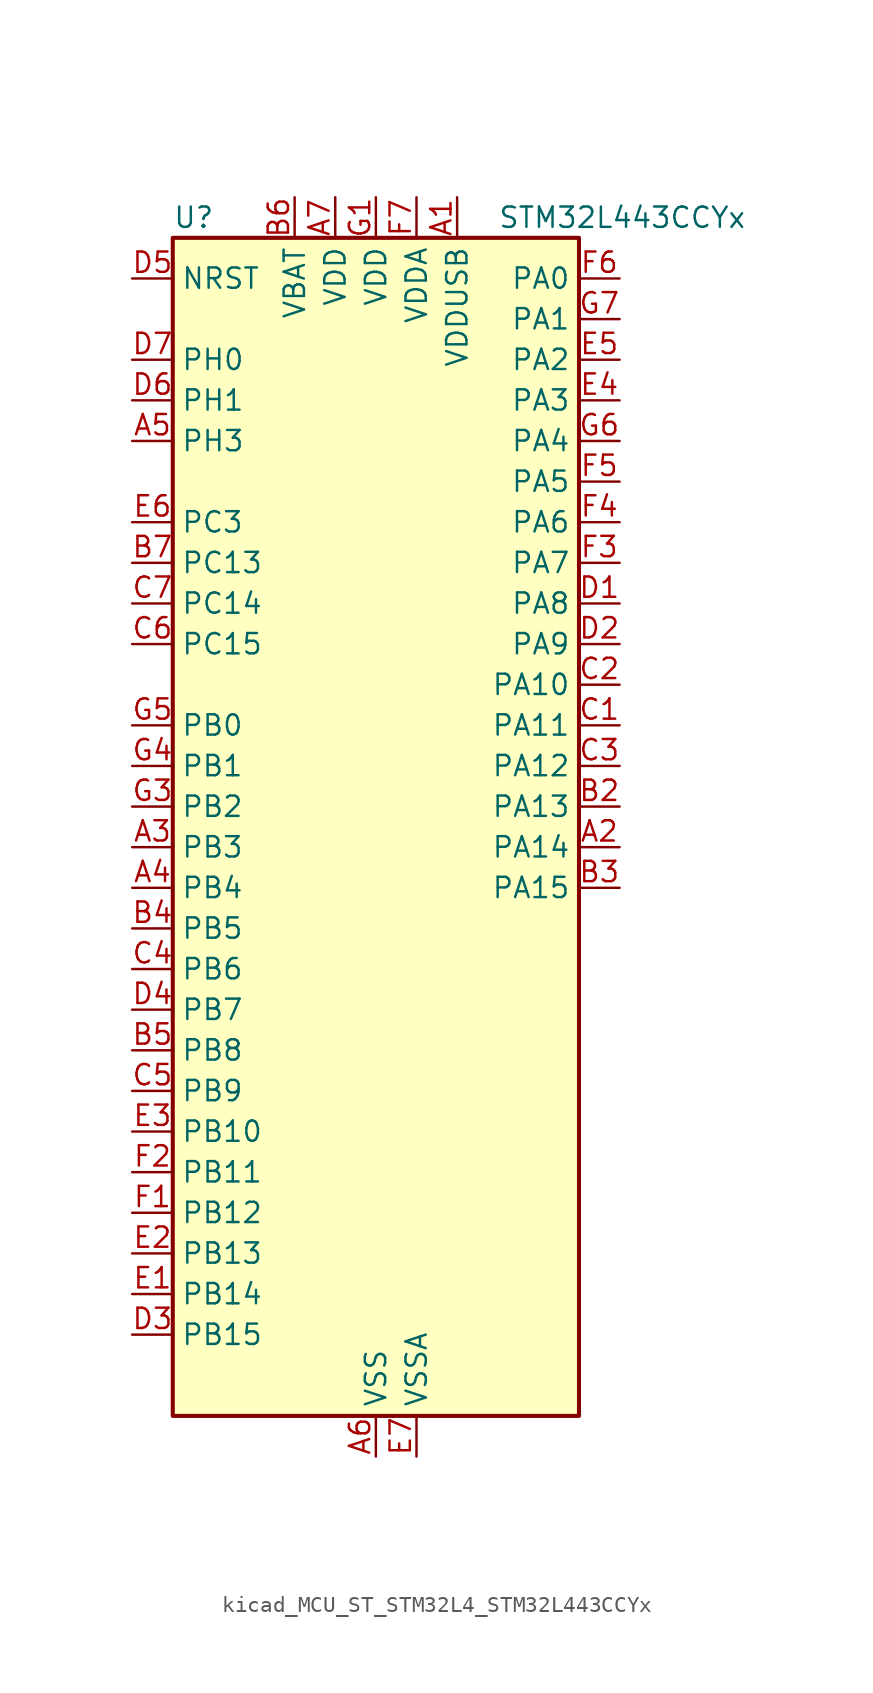
<source format=kicad_sym>
(kicad_symbol_lib
  (version 20220914)
  (generator kicad_symbol_editor)
  (symbol "kicad_MCU_ST_STM32L4_STM32L443CCYx"
    (property "Reference" "U"
      (at -12.7 39.37 0)
      (effects (font (size 1.27 1.27)) (justify left)))
    (property "Value" "STM32L443CCYx"
      (at 7.62 39.37 0)
      (effects (font (size 1.27 1.27)) (justify left)))
    (property "ki_locked" ""
      (at 0 0 0)
      (effects (font (size 1.27 1.27))))
    (symbol "kicad_MCU_ST_STM32L4_STM32L443CCYx_0_1"
      (rectangle (start -12.7 -35.56) (end 12.7 38.1) (stroke (width 0.254) (type default)) (fill (type background))))
    (symbol "kicad_MCU_ST_STM32L4_STM32L443CCYx_1_1"
      (pin power_in line (at 5.08 40.64 270) (length 2.54) (name "VDDUSB" (effects (font (size 1.27 1.27)))) (number "A1" (effects (font (size 1.27 1.27)))))
      (pin bidirectional line (at 15.24 0 180) (length 2.54) (name "PA14" (effects (font (size 1.27 1.27)))) (number "A2" (effects (font (size 1.27 1.27)))) (alternate "I2C1_SMBA" bidirectional line) (alternate "LPTIM1_OUT" bidirectional line) (alternate "SAI1_FS_B" bidirectional line) (alternate "SWPMI1_RX" bidirectional line) (alternate "SYS_JTCK-SWCLK" bidirectional line))
      (pin bidirectional line (at -15.24 0 0) (length 2.54) (name "PB3" (effects (font (size 1.27 1.27)))) (number "A3" (effects (font (size 1.27 1.27)))) (alternate "COMP2_INM" bidirectional line) (alternate "LCD_SEG7" bidirectional line) (alternate "SAI1_SCK_B" bidirectional line) (alternate "SPI1_SCK" bidirectional line) (alternate "SPI3_SCK" bidirectional line) (alternate "SYS_JTDO-SWO" bidirectional line) (alternate "TIM2_CH2" bidirectional line) (alternate "USART1_DE" bidirectional line) (alternate "USART1_RTS" bidirectional line))
      (pin bidirectional line (at -15.24 -2.54 0) (length 2.54) (name "PB4" (effects (font (size 1.27 1.27)))) (number "A4" (effects (font (size 1.27 1.27)))) (alternate "COMP2_INP" bidirectional line) (alternate "I2C3_SDA" bidirectional line) (alternate "LCD_SEG8" bidirectional line) (alternate "SAI1_MCLK_B" bidirectional line) (alternate "SPI1_MISO" bidirectional line) (alternate "SPI3_MISO" bidirectional line) (alternate "SYS_JTRST" bidirectional line) (alternate "TSC_G2_IO1" bidirectional line) (alternate "USART1_CTS" bidirectional line))
      (pin bidirectional line (at -15.24 25.4 0) (length 2.54) (name "PH3" (effects (font (size 1.27 1.27)))) (number "A5" (effects (font (size 1.27 1.27)))))
      (pin power_in line (at 0 -38.1 90) (length 2.54) (name "VSS" (effects (font (size 1.27 1.27)))) (number "A6" (effects (font (size 1.27 1.27)))))
      (pin power_in line (at -2.54 40.64 270) (length 2.54) (name "VDD" (effects (font (size 1.27 1.27)))) (number "A7" (effects (font (size 1.27 1.27)))))
      (pin passive line (at 0 -38.1 90) (length 2.54) hide (name "VSS" (effects (font (size 1.27 1.27)))) (number "B1" (effects (font (size 1.27 1.27)))))
      (pin bidirectional line (at 15.24 2.54 180) (length 2.54) (name "PA13" (effects (font (size 1.27 1.27)))) (number "B2" (effects (font (size 1.27 1.27)))) (alternate "IR_OUT" bidirectional line) (alternate "SAI1_SD_B" bidirectional line) (alternate "SWPMI1_TX" bidirectional line) (alternate "SYS_JTMS-SWDIO" bidirectional line) (alternate "USB_NOE" bidirectional line))
      (pin bidirectional line (at 15.24 -2.54 180) (length 2.54) (name "PA15" (effects (font (size 1.27 1.27)))) (number "B3" (effects (font (size 1.27 1.27)))) (alternate "ADC1_EXTI15" bidirectional line) (alternate "LCD_SEG17" bidirectional line) (alternate "SPI1_NSS" bidirectional line) (alternate "SPI3_NSS" bidirectional line) (alternate "SWPMI1_SUSPEND" bidirectional line) (alternate "SYS_JTDI" bidirectional line) (alternate "TIM2_CH1" bidirectional line) (alternate "TIM2_ETR" bidirectional line) (alternate "USART2_RX" bidirectional line) (alternate "USART3_DE" bidirectional line) (alternate "USART3_RTS" bidirectional line))
      (pin bidirectional line (at -15.24 -5.08 0) (length 2.54) (name "PB5" (effects (font (size 1.27 1.27)))) (number "B4" (effects (font (size 1.27 1.27)))) (alternate "COMP2_OUT" bidirectional line) (alternate "I2C1_SMBA" bidirectional line) (alternate "LCD_SEG9" bidirectional line) (alternate "LPTIM1_IN1" bidirectional line) (alternate "SAI1_SD_B" bidirectional line) (alternate "SPI1_MOSI" bidirectional line) (alternate "SPI3_MOSI" bidirectional line) (alternate "TIM16_BKIN" bidirectional line) (alternate "TSC_G2_IO2" bidirectional line) (alternate "USART1_CK" bidirectional line))
      (pin bidirectional line (at -15.24 -12.7 0) (length 2.54) (name "PB8" (effects (font (size 1.27 1.27)))) (number "B5" (effects (font (size 1.27 1.27)))) (alternate "CAN1_RX" bidirectional line) (alternate "I2C1_SCL" bidirectional line) (alternate "LCD_SEG16" bidirectional line) (alternate "SAI1_MCLK_A" bidirectional line) (alternate "TIM16_CH1" bidirectional line))
      (pin power_in line (at -5.08 40.64 270) (length 2.54) (name "VBAT" (effects (font (size 1.27 1.27)))) (number "B6" (effects (font (size 1.27 1.27)))))
      (pin bidirectional line (at -15.24 17.78 0) (length 2.54) (name "PC13" (effects (font (size 1.27 1.27)))) (number "B7" (effects (font (size 1.27 1.27)))) (alternate "RTC_OUT_ALARM" bidirectional line) (alternate "RTC_OUT_CALIB" bidirectional line) (alternate "RTC_TAMP1" bidirectional line) (alternate "RTC_TS" bidirectional line) (alternate "SYS_WKUP2" bidirectional line))
      (pin bidirectional line (at 15.24 7.62 180) (length 2.54) (name "PA11" (effects (font (size 1.27 1.27)))) (number "C1" (effects (font (size 1.27 1.27)))) (alternate "ADC1_EXTI11" bidirectional line) (alternate "CAN1_RX" bidirectional line) (alternate "COMP1_OUT" bidirectional line) (alternate "SPI1_MISO" bidirectional line) (alternate "TIM1_BKIN2" bidirectional line) (alternate "TIM1_BKIN2_COMP1" bidirectional line) (alternate "TIM1_CH4" bidirectional line) (alternate "USART1_CTS" bidirectional line) (alternate "USB_DM" bidirectional line))
      (pin bidirectional line (at 15.24 10.16 180) (length 2.54) (name "PA10" (effects (font (size 1.27 1.27)))) (number "C2" (effects (font (size 1.27 1.27)))) (alternate "CRS_SYNC" bidirectional line) (alternate "I2C1_SDA" bidirectional line) (alternate "LCD_COM2" bidirectional line) (alternate "SAI1_SD_A" bidirectional line) (alternate "TIM1_CH3" bidirectional line) (alternate "USART1_RX" bidirectional line))
      (pin bidirectional line (at 15.24 5.08 180) (length 2.54) (name "PA12" (effects (font (size 1.27 1.27)))) (number "C3" (effects (font (size 1.27 1.27)))) (alternate "CAN1_TX" bidirectional line) (alternate "SPI1_MOSI" bidirectional line) (alternate "TIM1_ETR" bidirectional line) (alternate "USART1_DE" bidirectional line) (alternate "USART1_RTS" bidirectional line) (alternate "USB_DP" bidirectional line))
      (pin bidirectional line (at -15.24 -7.62 0) (length 2.54) (name "PB6" (effects (font (size 1.27 1.27)))) (number "C4" (effects (font (size 1.27 1.27)))) (alternate "COMP2_INP" bidirectional line) (alternate "I2C1_SCL" bidirectional line) (alternate "LPTIM1_ETR" bidirectional line) (alternate "SAI1_FS_B" bidirectional line) (alternate "TIM16_CH1N" bidirectional line) (alternate "TSC_G2_IO3" bidirectional line) (alternate "USART1_TX" bidirectional line))
      (pin bidirectional line (at -15.24 -15.24 0) (length 2.54) (name "PB9" (effects (font (size 1.27 1.27)))) (number "C5" (effects (font (size 1.27 1.27)))) (alternate "CAN1_TX" bidirectional line) (alternate "DAC1_EXTI9" bidirectional line) (alternate "I2C1_SDA" bidirectional line) (alternate "IR_OUT" bidirectional line) (alternate "LCD_COM3" bidirectional line) (alternate "SAI1_FS_A" bidirectional line) (alternate "SPI2_NSS" bidirectional line))
      (pin bidirectional line (at -15.24 12.7 0) (length 2.54) (name "PC15" (effects (font (size 1.27 1.27)))) (number "C6" (effects (font (size 1.27 1.27)))) (alternate "ADC1_EXTI15" bidirectional line) (alternate "RCC_OSC32_OUT" bidirectional line))
      (pin bidirectional line (at -15.24 15.24 0) (length 2.54) (name "PC14" (effects (font (size 1.27 1.27)))) (number "C7" (effects (font (size 1.27 1.27)))) (alternate "RCC_OSC32_IN" bidirectional line))
      (pin bidirectional line (at 15.24 15.24 180) (length 2.54) (name "PA8" (effects (font (size 1.27 1.27)))) (number "D1" (effects (font (size 1.27 1.27)))) (alternate "LCD_COM0" bidirectional line) (alternate "LPTIM2_OUT" bidirectional line) (alternate "RCC_MCO" bidirectional line) (alternate "SAI1_SCK_A" bidirectional line) (alternate "SWPMI1_IO" bidirectional line) (alternate "TIM1_CH1" bidirectional line) (alternate "USART1_CK" bidirectional line))
      (pin bidirectional line (at 15.24 12.7 180) (length 2.54) (name "PA9" (effects (font (size 1.27 1.27)))) (number "D2" (effects (font (size 1.27 1.27)))) (alternate "DAC1_EXTI9" bidirectional line) (alternate "I2C1_SCL" bidirectional line) (alternate "LCD_COM1" bidirectional line) (alternate "SAI1_FS_A" bidirectional line) (alternate "TIM15_BKIN" bidirectional line) (alternate "TIM1_CH2" bidirectional line) (alternate "USART1_TX" bidirectional line))
      (pin bidirectional line (at -15.24 -30.48 0) (length 2.54) (name "PB15" (effects (font (size 1.27 1.27)))) (number "D3" (effects (font (size 1.27 1.27)))) (alternate "ADC1_EXTI15" bidirectional line) (alternate "LCD_SEG15" bidirectional line) (alternate "RTC_REFIN" bidirectional line) (alternate "SAI1_SD_A" bidirectional line) (alternate "SPI2_MOSI" bidirectional line) (alternate "SWPMI1_SUSPEND" bidirectional line) (alternate "TIM15_CH2" bidirectional line) (alternate "TIM1_CH3N" bidirectional line) (alternate "TSC_G1_IO4" bidirectional line))
      (pin bidirectional line (at -15.24 -10.16 0) (length 2.54) (name "PB7" (effects (font (size 1.27 1.27)))) (number "D4" (effects (font (size 1.27 1.27)))) (alternate "COMP2_INM" bidirectional line) (alternate "I2C1_SDA" bidirectional line) (alternate "LCD_SEG21" bidirectional line) (alternate "LPTIM1_IN2" bidirectional line) (alternate "SYS_PVD_IN" bidirectional line) (alternate "TSC_G2_IO4" bidirectional line) (alternate "USART1_RX" bidirectional line))
      (pin input line (at -15.24 35.56 0) (length 2.54) (name "NRST" (effects (font (size 1.27 1.27)))) (number "D5" (effects (font (size 1.27 1.27)))))
      (pin bidirectional line (at -15.24 27.94 0) (length 2.54) (name "PH1" (effects (font (size 1.27 1.27)))) (number "D6" (effects (font (size 1.27 1.27)))) (alternate "RCC_OSC_OUT" bidirectional line))
      (pin bidirectional line (at -15.24 30.48 0) (length 2.54) (name "PH0" (effects (font (size 1.27 1.27)))) (number "D7" (effects (font (size 1.27 1.27)))) (alternate "RCC_OSC_IN" bidirectional line))
      (pin bidirectional line (at -15.24 -27.94 0) (length 2.54) (name "PB14" (effects (font (size 1.27 1.27)))) (number "E1" (effects (font (size 1.27 1.27)))) (alternate "I2C2_SDA" bidirectional line) (alternate "LCD_SEG14" bidirectional line) (alternate "SAI1_MCLK_A" bidirectional line) (alternate "SPI2_MISO" bidirectional line) (alternate "SWPMI1_RX" bidirectional line) (alternate "TIM15_CH1" bidirectional line) (alternate "TIM1_CH2N" bidirectional line) (alternate "TSC_G1_IO3" bidirectional line) (alternate "USART3_DE" bidirectional line) (alternate "USART3_RTS" bidirectional line))
      (pin bidirectional line (at -15.24 -25.4 0) (length 2.54) (name "PB13" (effects (font (size 1.27 1.27)))) (number "E2" (effects (font (size 1.27 1.27)))) (alternate "I2C2_SCL" bidirectional line) (alternate "LCD_SEG13" bidirectional line) (alternate "LPUART1_CTS" bidirectional line) (alternate "SAI1_SCK_A" bidirectional line) (alternate "SPI2_SCK" bidirectional line) (alternate "SWPMI1_TX" bidirectional line) (alternate "TIM15_CH1N" bidirectional line) (alternate "TIM1_CH1N" bidirectional line) (alternate "TSC_G1_IO2" bidirectional line) (alternate "USART3_CTS" bidirectional line))
      (pin bidirectional line (at -15.24 -17.78 0) (length 2.54) (name "PB10" (effects (font (size 1.27 1.27)))) (number "E3" (effects (font (size 1.27 1.27)))) (alternate "COMP1_OUT" bidirectional line) (alternate "I2C2_SCL" bidirectional line) (alternate "LCD_SEG10" bidirectional line) (alternate "LPUART1_RX" bidirectional line) (alternate "QUADSPI_CLK" bidirectional line) (alternate "SAI1_SCK_A" bidirectional line) (alternate "SPI2_SCK" bidirectional line) (alternate "TIM2_CH3" bidirectional line) (alternate "TSC_SYNC" bidirectional line) (alternate "USART3_TX" bidirectional line))
      (pin bidirectional line (at 15.24 27.94 180) (length 2.54) (name "PA3" (effects (font (size 1.27 1.27)))) (number "E4" (effects (font (size 1.27 1.27)))) (alternate "ADC1_IN8" bidirectional line) (alternate "COMP2_INP" bidirectional line) (alternate "LCD_SEG2" bidirectional line) (alternate "LPUART1_RX" bidirectional line) (alternate "OPAMP1_VOUT" bidirectional line) (alternate "QUADSPI_CLK" bidirectional line) (alternate "SAI1_MCLK_A" bidirectional line) (alternate "TIM15_CH2" bidirectional line) (alternate "TIM2_CH4" bidirectional line) (alternate "USART2_RX" bidirectional line))
      (pin bidirectional line (at 15.24 30.48 180) (length 2.54) (name "PA2" (effects (font (size 1.27 1.27)))) (number "E5" (effects (font (size 1.27 1.27)))) (alternate "ADC1_IN7" bidirectional line) (alternate "COMP2_INM" bidirectional line) (alternate "COMP2_OUT" bidirectional line) (alternate "LCD_SEG1" bidirectional line) (alternate "LPUART1_TX" bidirectional line) (alternate "QUADSPI_BK1_NCS" bidirectional line) (alternate "RCC_LSCO" bidirectional line) (alternate "SYS_WKUP4" bidirectional line) (alternate "TIM15_CH1" bidirectional line) (alternate "TIM2_CH3" bidirectional line) (alternate "USART2_TX" bidirectional line))
      (pin bidirectional line (at -15.24 20.32 0) (length 2.54) (name "PC3" (effects (font (size 1.27 1.27)))) (number "E6" (effects (font (size 1.27 1.27)))) (alternate "ADC1_IN4" bidirectional line) (alternate "LCD_VLCD" bidirectional line) (alternate "LPTIM1_ETR" bidirectional line) (alternate "LPTIM2_ETR" bidirectional line) (alternate "SAI1_SD_A" bidirectional line) (alternate "SPI2_MOSI" bidirectional line))
      (pin power_in line (at 2.54 -38.1 90) (length 2.54) (name "VSSA" (effects (font (size 1.27 1.27)))) (number "E7" (effects (font (size 1.27 1.27)))))
      (pin bidirectional line (at -15.24 -22.86 0) (length 2.54) (name "PB12" (effects (font (size 1.27 1.27)))) (number "F1" (effects (font (size 1.27 1.27)))) (alternate "I2C2_SMBA" bidirectional line) (alternate "LCD_SEG12" bidirectional line) (alternate "LPUART1_DE" bidirectional line) (alternate "LPUART1_RTS" bidirectional line) (alternate "SAI1_FS_A" bidirectional line) (alternate "SPI2_NSS" bidirectional line) (alternate "SWPMI1_IO" bidirectional line) (alternate "TIM15_BKIN" bidirectional line) (alternate "TIM1_BKIN" bidirectional line) (alternate "TIM1_BKIN_COMP2" bidirectional line) (alternate "TSC_G1_IO1" bidirectional line) (alternate "USART3_CK" bidirectional line))
      (pin bidirectional line (at -15.24 -20.32 0) (length 2.54) (name "PB11" (effects (font (size 1.27 1.27)))) (number "F2" (effects (font (size 1.27 1.27)))) (alternate "ADC1_EXTI11" bidirectional line) (alternate "COMP2_OUT" bidirectional line) (alternate "I2C2_SDA" bidirectional line) (alternate "LCD_SEG11" bidirectional line) (alternate "LPUART1_TX" bidirectional line) (alternate "QUADSPI_BK1_NCS" bidirectional line) (alternate "TIM2_CH4" bidirectional line) (alternate "USART3_RX" bidirectional line))
      (pin bidirectional line (at 15.24 17.78 180) (length 2.54) (name "PA7" (effects (font (size 1.27 1.27)))) (number "F3" (effects (font (size 1.27 1.27)))) (alternate "ADC1_IN12" bidirectional line) (alternate "COMP2_OUT" bidirectional line) (alternate "I2C3_SCL" bidirectional line) (alternate "LCD_SEG4" bidirectional line) (alternate "QUADSPI_BK1_IO2" bidirectional line) (alternate "SPI1_MOSI" bidirectional line) (alternate "TIM1_CH1N" bidirectional line))
      (pin bidirectional line (at 15.24 20.32 180) (length 2.54) (name "PA6" (effects (font (size 1.27 1.27)))) (number "F4" (effects (font (size 1.27 1.27)))) (alternate "ADC1_IN11" bidirectional line) (alternate "COMP1_OUT" bidirectional line) (alternate "LCD_SEG3" bidirectional line) (alternate "LPUART1_CTS" bidirectional line) (alternate "QUADSPI_BK1_IO3" bidirectional line) (alternate "SPI1_MISO" bidirectional line) (alternate "TIM16_CH1" bidirectional line) (alternate "TIM1_BKIN" bidirectional line) (alternate "TIM1_BKIN_COMP2" bidirectional line) (alternate "USART3_CTS" bidirectional line))
      (pin bidirectional line (at 15.24 22.86 180) (length 2.54) (name "PA5" (effects (font (size 1.27 1.27)))) (number "F5" (effects (font (size 1.27 1.27)))) (alternate "ADC1_IN10" bidirectional line) (alternate "COMP1_INM" bidirectional line) (alternate "COMP2_INM" bidirectional line) (alternate "DAC1_OUT2" bidirectional line) (alternate "LPTIM2_ETR" bidirectional line) (alternate "SPI1_SCK" bidirectional line) (alternate "TIM2_CH1" bidirectional line) (alternate "TIM2_ETR" bidirectional line))
      (pin bidirectional line (at 15.24 35.56 180) (length 2.54) (name "PA0" (effects (font (size 1.27 1.27)))) (number "F6" (effects (font (size 1.27 1.27)))) (alternate "ADC1_IN5" bidirectional line) (alternate "COMP1_INM" bidirectional line) (alternate "COMP1_OUT" bidirectional line) (alternate "OPAMP1_VINP" bidirectional line) (alternate "RTC_TAMP2" bidirectional line) (alternate "SAI1_EXTCLK" bidirectional line) (alternate "SYS_WKUP1" bidirectional line) (alternate "TIM2_CH1" bidirectional line) (alternate "TIM2_ETR" bidirectional line) (alternate "USART2_CTS" bidirectional line))
      (pin power_in line (at 2.54 40.64 270) (length 2.54) (name "VDDA" (effects (font (size 1.27 1.27)))) (number "F7" (effects (font (size 1.27 1.27)))))
      (pin power_in line (at 0 40.64 270) (length 2.54) (name "VDD" (effects (font (size 1.27 1.27)))) (number "G1" (effects (font (size 1.27 1.27)))))
      (pin passive line (at 0 -38.1 90) (length 2.54) hide (name "VSS" (effects (font (size 1.27 1.27)))) (number "G2" (effects (font (size 1.27 1.27)))))
      (pin bidirectional line (at -15.24 2.54 0) (length 2.54) (name "PB2" (effects (font (size 1.27 1.27)))) (number "G3" (effects (font (size 1.27 1.27)))) (alternate "COMP1_INP" bidirectional line) (alternate "I2C3_SMBA" bidirectional line) (alternate "LCD_VLCD" bidirectional line) (alternate "LPTIM1_OUT" bidirectional line) (alternate "RTC_OUT_ALARM" bidirectional line) (alternate "RTC_OUT_CALIB" bidirectional line))
      (pin bidirectional line (at -15.24 5.08 0) (length 2.54) (name "PB1" (effects (font (size 1.27 1.27)))) (number "G4" (effects (font (size 1.27 1.27)))) (alternate "ADC1_IN16" bidirectional line) (alternate "COMP1_INM" bidirectional line) (alternate "LCD_SEG6" bidirectional line) (alternate "LPTIM2_IN1" bidirectional line) (alternate "LPUART1_DE" bidirectional line) (alternate "LPUART1_RTS" bidirectional line) (alternate "QUADSPI_BK1_IO0" bidirectional line) (alternate "TIM1_CH3N" bidirectional line) (alternate "USART3_DE" bidirectional line) (alternate "USART3_RTS" bidirectional line))
      (pin bidirectional line (at -15.24 7.62 0) (length 2.54) (name "PB0" (effects (font (size 1.27 1.27)))) (number "G5" (effects (font (size 1.27 1.27)))) (alternate "ADC1_IN15" bidirectional line) (alternate "COMP1_OUT" bidirectional line) (alternate "LCD_SEG5" bidirectional line) (alternate "QUADSPI_BK1_IO1" bidirectional line) (alternate "SAI1_EXTCLK" bidirectional line) (alternate "SPI1_NSS" bidirectional line) (alternate "TIM1_CH2N" bidirectional line) (alternate "USART3_CK" bidirectional line))
      (pin bidirectional line (at 15.24 25.4 180) (length 2.54) (name "PA4" (effects (font (size 1.27 1.27)))) (number "G6" (effects (font (size 1.27 1.27)))) (alternate "ADC1_IN9" bidirectional line) (alternate "COMP1_INM" bidirectional line) (alternate "COMP2_INM" bidirectional line) (alternate "DAC1_OUT1" bidirectional line) (alternate "LPTIM2_OUT" bidirectional line) (alternate "SAI1_FS_B" bidirectional line) (alternate "SPI1_NSS" bidirectional line) (alternate "SPI3_NSS" bidirectional line) (alternate "USART2_CK" bidirectional line))
      (pin bidirectional line (at 15.24 33.02 180) (length 2.54) (name "PA1" (effects (font (size 1.27 1.27)))) (number "G7" (effects (font (size 1.27 1.27)))) (alternate "ADC1_IN6" bidirectional line) (alternate "COMP1_INP" bidirectional line) (alternate "I2C1_SMBA" bidirectional line) (alternate "LCD_SEG0" bidirectional line) (alternate "OPAMP1_VINM" bidirectional line) (alternate "SPI1_SCK" bidirectional line) (alternate "TIM15_CH1N" bidirectional line) (alternate "TIM2_CH2" bidirectional line) (alternate "USART2_DE" bidirectional line) (alternate "USART2_RTS" bidirectional line)))))
</source>
